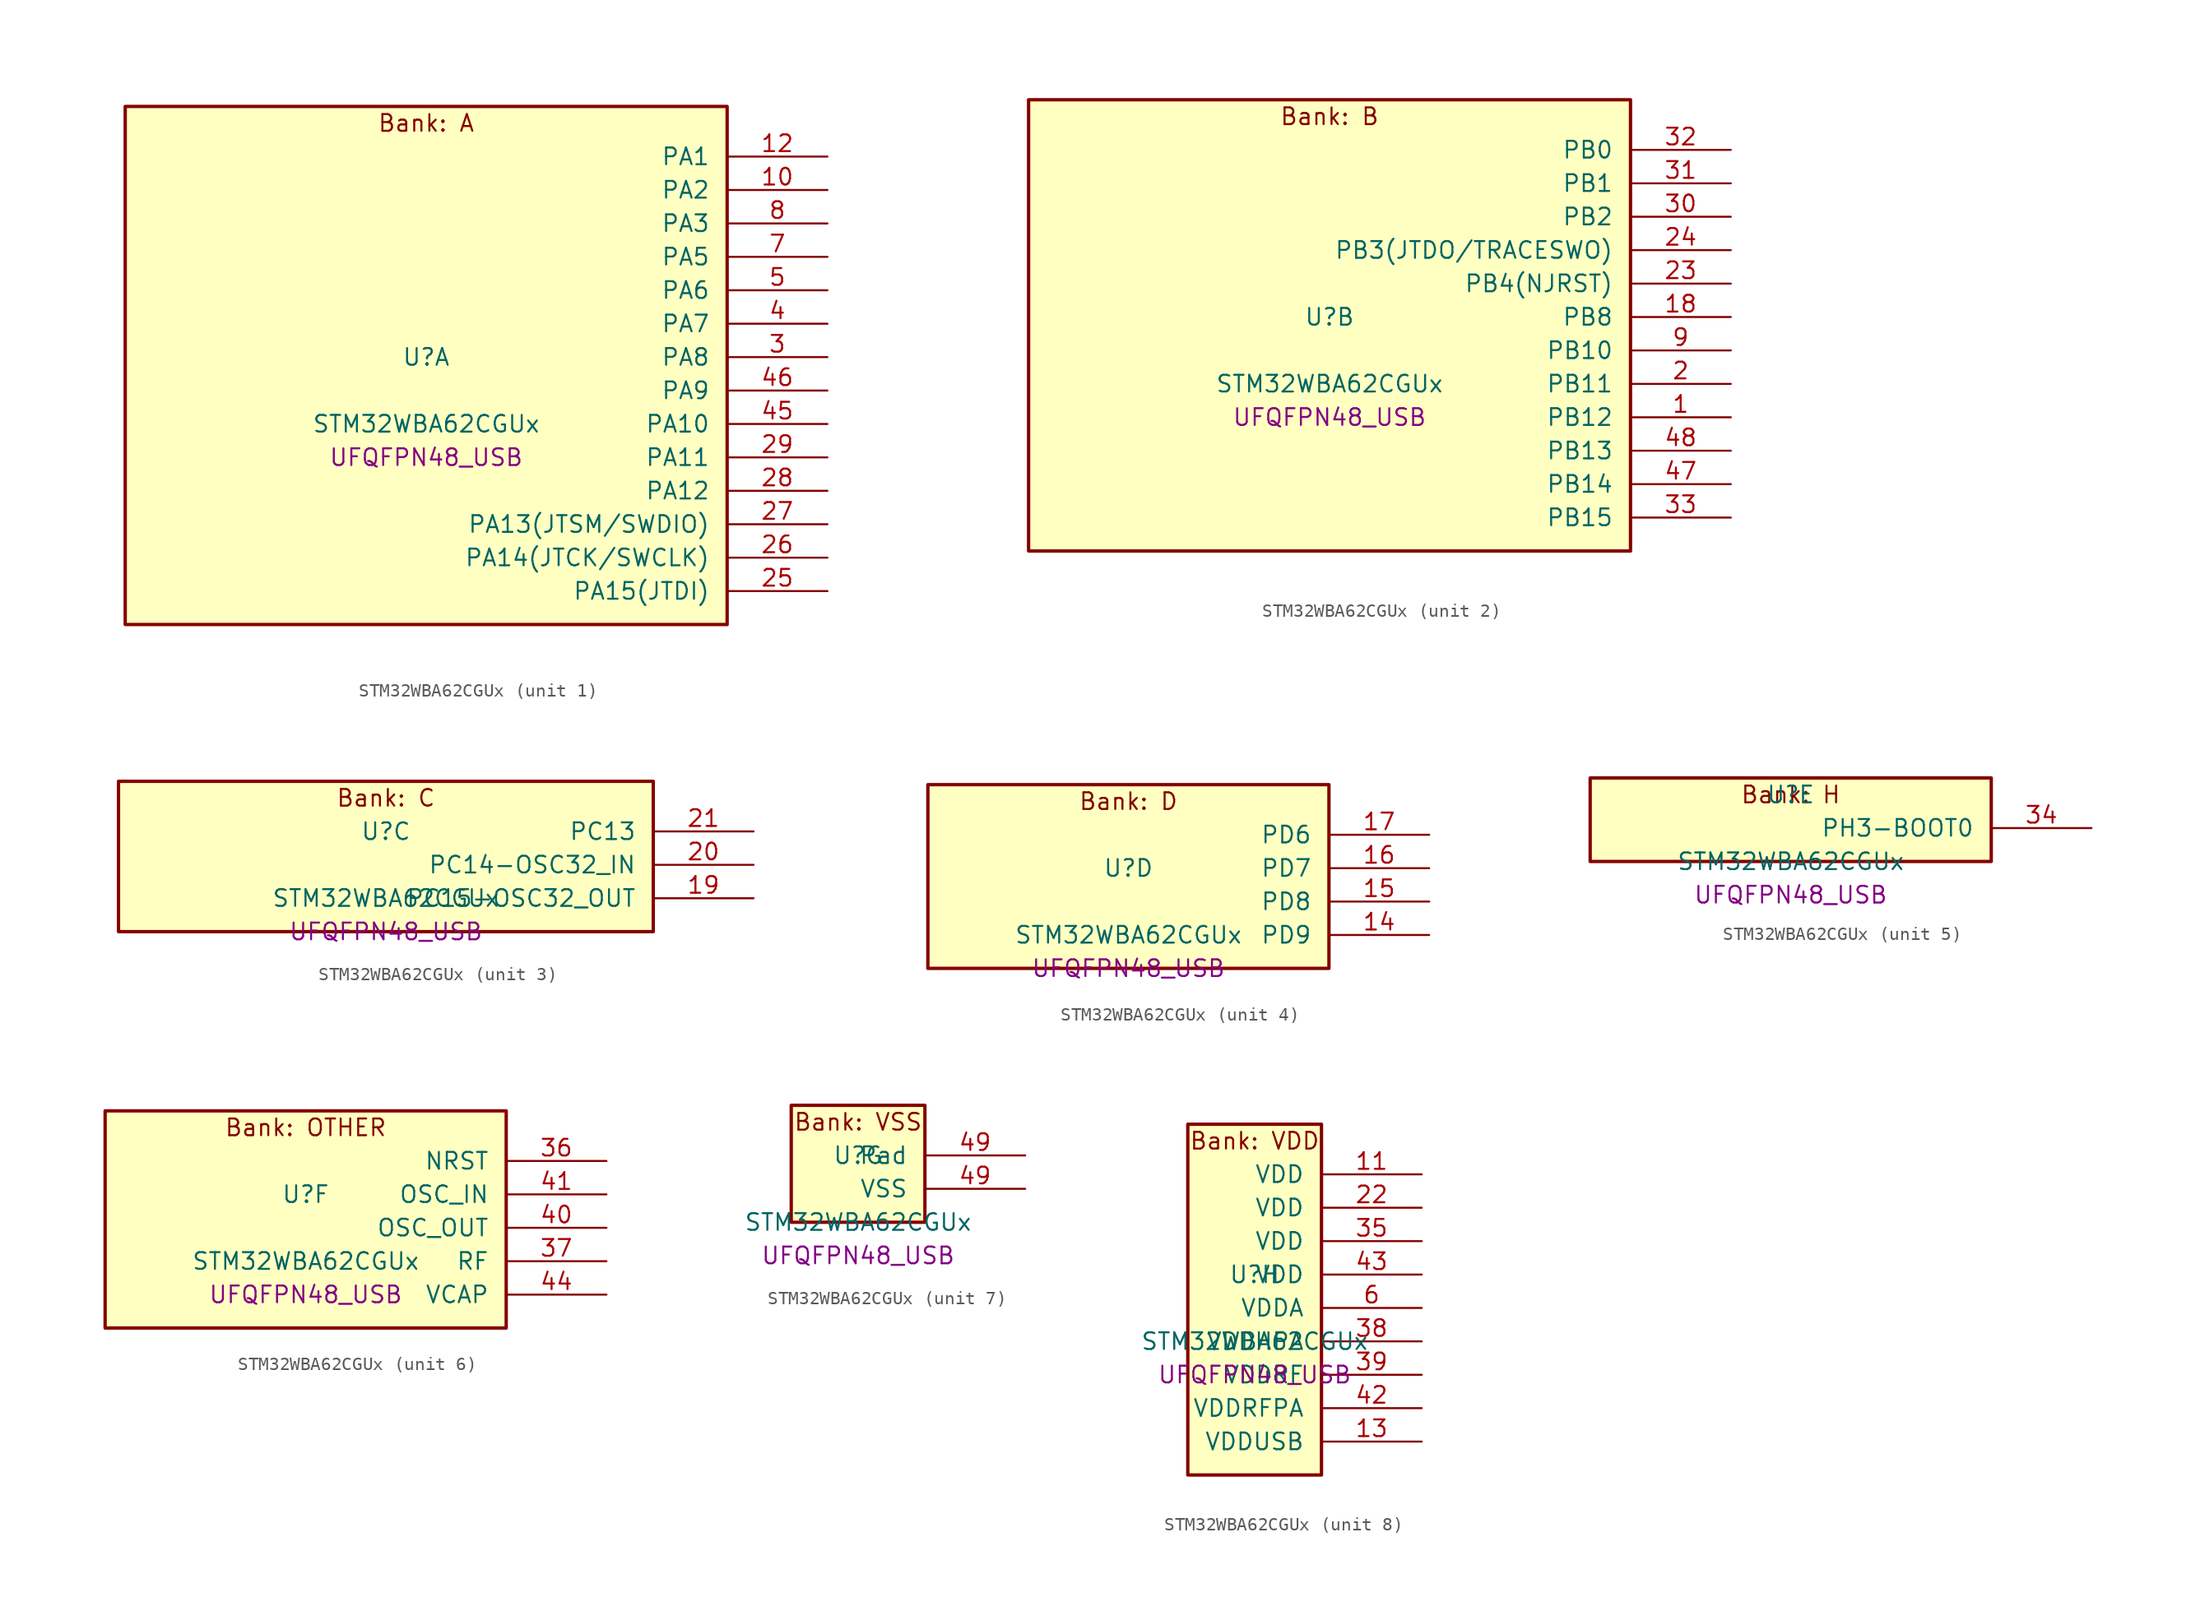
<source format=kicad_sym>
(kicad_symbol_lib
  (version 20241209)
  (generator "stm32_pkl_generator")
  (generator_version "1.0")
  (symbol "STM32WBA62CGUx"
    (pin_names
      (offset 1.27))
    (property "Reference" "U"
      (at 0 2.54 0))
    (property "Value" "STM32WBA62CGUx"
      (at 0 -2.54 0))
    (property "Footprint" "UFQFPN48_USB"
      (at 0 -5.08 0))
    (symbol "STM32WBA62CGUx_1_1"
      (rectangle (start -22.86 21.59) (end 22.86 -17.78) (stroke (width 0.254) (type solid)) (fill (type background)))
      (text "Bank: A" (at 0 20.32 0))
      (pin bidirectional line (at 30.48 17.78 180) (length 7.62) (name "PA1") (number "12") (alternate "PA1/ADC4_IN8" bidirectional line) (alternate "PA1/COMP1_INM" bidirectional line) (alternate "PA1/LPTIM2_CH2" bidirectional line) (alternate "PA1/LPUART1_RX" bidirectional line) (alternate "PA1/PWR_WKUP3" bidirectional line) (alternate "PA1/SAI1_CK1" bidirectional line) (alternate "PA1/SPI1_RDY" bidirectional line) (alternate "PA1/SPI3_MISO" bidirectional line) (alternate "PA1/TIM17_CH1" bidirectional line) (alternate "PA1/TIM1_CH1N" bidirectional line) (alternate "PA1/TIM3_CH2" bidirectional line) (alternate "PA1/TSC_G2_IO1" bidirectional line) (alternate "PA1/USART1_CK" bidirectional line))
      (pin bidirectional line (at 30.48 15.24 180) (length 7.62) (name "PA2") (number "10") (alternate "PA2/ADC4_IN7" bidirectional line) (alternate "PA2/COMP1_INP" bidirectional line) (alternate "PA2/LPUART1_TX" bidirectional line) (alternate "PA2/PWR_WKUP4" bidirectional line) (alternate "PA2/RCC_LSCO" bidirectional line) (alternate "PA2/SAI1_D1" bidirectional line) (alternate "PA2/TIM16_CH1" bidirectional line) (alternate "PA2/TIM1_BKIN" bidirectional line) (alternate "PA2/TIM3_CH1" bidirectional line) (alternate "PA2/TSC_G4_IO4" bidirectional line) (alternate "PA2/USART1_DE" bidirectional line) (alternate "PA2/USART1_RTS" bidirectional line))
      (pin bidirectional line (at 30.48 12.7 180) (length 7.62) (name "PA3") (number "8") (alternate "PA3/ADC4_IN6" bidirectional line) (alternate "PA3/PWR_WKUP5" bidirectional line) (alternate "PA3/TIM16_CH1N" bidirectional line) (alternate "PA3/TSC_G4_IO2" bidirectional line) (alternate "PA3/USART1_DE" bidirectional line) (alternate "PA3/USART1_RTS" bidirectional line))
      (pin bidirectional line (at 30.48 10.16 180) (length 7.62) (name "PA5") (number "7") (alternate "PA5/ADC4_IN4" bidirectional line) (alternate "PA5/AUDIOCLK" bidirectional line) (alternate "PA5/LPTIM2_ETR" bidirectional line) (alternate "PA5/PWR_CSLEEP" bidirectional line) (alternate "PA5/PWR_WKUP6" bidirectional line) (alternate "PA5/SAI1_D2" bidirectional line) (alternate "PA5/SPI3_NSS" bidirectional line) (alternate "PA5/TIM2_CH1" bidirectional line) (alternate "PA5/TIM2_ETR" bidirectional line) (alternate "PA5/TSC_G1_IO4" bidirectional line) (alternate "PA5/USART1_CK" bidirectional line) (alternate "PA5/USART3_RX" bidirectional line))
      (pin bidirectional line (at 30.48 7.62 180) (length 7.62) (name "PA6") (number "5") (alternate "PA6/ADC4_IN3" bidirectional line) (alternate "PA6/I2C3_SCL" bidirectional line) (alternate "PA6/PWR_CSTOP" bidirectional line) (alternate "PA6/PWR_WKUP7" bidirectional line) (alternate "PA6/SAI1_CK2" bidirectional line) (alternate "PA6/SAI1_MCLK_A" bidirectional line) (alternate "PA6/SPI3_RDY" bidirectional line) (alternate "PA6/TIM2_CH4" bidirectional line) (alternate "PA6/TSC_G1_IO3" bidirectional line) (alternate "PA6/USART1_DE" bidirectional line) (alternate "PA6/USART1_RTS" bidirectional line) (alternate "PA6/USART3_CTS" bidirectional line))
      (pin bidirectional line (at 30.48 5.08 180) (length 7.62) (name "PA7") (number "4") (alternate "PA7/ADC4_IN2" bidirectional line) (alternate "PA7/COMP1_OUT" bidirectional line) (alternate "PA7/I2C3_SDA" bidirectional line) (alternate "PA7/PWR_WKUP8" bidirectional line) (alternate "PA7/SAI1_SCK_A" bidirectional line) (alternate "PA7/SPI3_SCK" bidirectional line) (alternate "PA7/TAMP_IN1" bidirectional line) (alternate "PA7/TAMP_OUT2" bidirectional line) (alternate "PA7/TIM2_CH3" bidirectional line) (alternate "PA7/TSC_G1_IO2" bidirectional line) (alternate "PA7/USART1_CTS" bidirectional line) (alternate "PA7/USART3_TX" bidirectional line))
      (pin bidirectional line (at 30.48 2.54 180) (length 7.62) (name "PA8") (number "3") (alternate "PA8/ADC4_IN1" bidirectional line) (alternate "PA8/LPTIM1_CH2" bidirectional line) (alternate "PA8/RCC_MCO" bidirectional line) (alternate "PA8/SAI1_FS_A" bidirectional line) (alternate "PA8/SPI3_RDY" bidirectional line) (alternate "PA8/TIM2_CH2" bidirectional line) (alternate "PA8/TSC_G1_IO1" bidirectional line) (alternate "PA8/USART1_RX" bidirectional line) (alternate "PA8/USB_OTG_HS_SOF" bidirectional line))
      (pin bidirectional line (at 30.48 0 180) (length 7.62) (name "PA9") (number "46") (alternate "PA9/LPUART1_DE" bidirectional line) (alternate "PA9/LPUART1_RTS" bidirectional line) (alternate "PA9/SAI1_CK1" bidirectional line) (alternate "PA9/TIM3_CH2" bidirectional line))
      (pin bidirectional line (at 30.48 -2.54 180) (length 7.62) (name "PA10") (number "45") (alternate "PA10/LPUART1_RX" bidirectional line) (alternate "PA10/SAI1_D1" bidirectional line) (alternate "PA10/TIM3_CH1" bidirectional line))
      (pin bidirectional line (at 30.48 -5.08 180) (length 7.62) (name "PA11") (number "29") (alternate "PA11/LPTIM2_CH1" bidirectional line) (alternate "PA11/RF_ANTSW1" bidirectional line) (alternate "PA11/TIM1_CH1" bidirectional line) (alternate "PA11/USART2_RX" bidirectional line))
      (pin bidirectional line (at 30.48 -7.62 180) (length 7.62) (name "PA12") (number "28") (alternate "PA12/PTA_STATUS" bidirectional line) (alternate "PA12/PWR_WKUP6" bidirectional line) (alternate "PA12/RF_ANTSW0" bidirectional line) (alternate "PA12/SPI1_NSS" bidirectional line) (alternate "PA12/TIM1_CH2" bidirectional line) (alternate "PA12/TSC_G3_IO4" bidirectional line) (alternate "PA12/USART2_TX" bidirectional line))
      (pin bidirectional line (at 30.48 -10.16 180) (length 7.62) (name "PA13(JTSM/SWDIO)") (number "27") (alternate "PA13(JTSM/SWDIO)/DEBUG_JTMS-SWDIO" bidirectional line) (alternate "PA13(JTSM/SWDIO)/PTA_PRIORITY" bidirectional line))
      (pin bidirectional line (at 30.48 -12.7 180) (length 7.62) (name "PA14(JTCK/SWCLK)") (number "26") (alternate "PA14(JTCK/SWCLK)/DEBUG_JTCK-SWCLK" bidirectional line) (alternate "PA14(JTCK/SWCLK)/I2C4_SMBA" bidirectional line) (alternate "PA14(JTCK/SWCLK)/PTA_STATUS" bidirectional line) (alternate "PA14(JTCK/SWCLK)/TAMP_IN3" bidirectional line) (alternate "PA14(JTCK/SWCLK)/TAMP_OUT6" bidirectional line) (alternate "PA14(JTCK/SWCLK)/USART2_TX" bidirectional line) (alternate "PA14(JTCK/SWCLK)/USB_OTG_HS_SOF" bidirectional line))
      (pin bidirectional line (at 30.48 -15.24 180) (length 7.62) (name "PA15(JTDI)") (number "25") (alternate "PA15(JTDI)/ADC4_EXTI15" bidirectional line) (alternate "PA15(JTDI)/DEBUG_JTDI" bidirectional line) (alternate "PA15(JTDI)/I2C1_SCL" bidirectional line) (alternate "PA15(JTDI)/LPTIM1_CH2" bidirectional line) (alternate "PA15(JTDI)/PTA_STATUS" bidirectional line) (alternate "PA15(JTDI)/SPI1_MOSI" bidirectional line) (alternate "PA15(JTDI)/TIM17_BKIN" bidirectional line) (alternate "PA15(JTDI)/TIM1_ETR" bidirectional line) (alternate "PA15(JTDI)/TSC_G3_IO3" bidirectional line) (alternate "PA15(JTDI)/USART2_DE" bidirectional line) (alternate "PA15(JTDI)/USART2_RTS" bidirectional line) (alternate "PA15(JTDI)/USART3_DE" bidirectional line) (alternate "PA15(JTDI)/USART3_RTS" bidirectional line)))
    (symbol "STM32WBA62CGUx_2_1"
      (rectangle (start -22.86 19.05) (end 22.86 -15.24) (stroke (width 0.254) (type solid)) (fill (type background)))
      (text "Bank: B" (at 0 17.78 0))
      (pin bidirectional line (at 30.48 15.24 180) (length 7.62) (name "PB0") (number "32") (alternate "PB0/LPTIM2_IN2" bidirectional line) (alternate "PB0/TIM1_CH3N" bidirectional line) (alternate "PB0/USART2_TX" bidirectional line) (alternate "PB0/USART3_CK" bidirectional line))
      (pin bidirectional line (at 30.48 12.7 180) (length 7.62) (name "PB1") (number "31") (alternate "PB1/I2C1_SDA" bidirectional line) (alternate "PB1/I2C3_SDA" bidirectional line) (alternate "PB1/PWR_WKUP4" bidirectional line) (alternate "PB1/TIM1_CH2N" bidirectional line) (alternate "PB1/USART2_DE" bidirectional line) (alternate "PB1/USART2_RTS" bidirectional line) (alternate "PB1/USART3_DE" bidirectional line) (alternate "PB1/USART3_RTS" bidirectional line))
      (pin bidirectional line (at 30.48 10.16 180) (length 7.62) (name "PB2") (number "30") (alternate "PB2/I2C1_SCL" bidirectional line) (alternate "PB2/I2C3_SCL" bidirectional line) (alternate "PB2/PWR_WKUP1" bidirectional line) (alternate "PB2/RF_ANTSW2" bidirectional line) (alternate "PB2/RTC_OUT2" bidirectional line) (alternate "PB2/TIM1_CH1N" bidirectional line) (alternate "PB2/USART2_CTS" bidirectional line))
      (pin bidirectional line (at 30.48 7.62 180) (length 7.62) (name "PB3(JTDO/TRACESWO)") (number "24") (alternate "PB3(JTDO/TRACESWO)/DEBUG_JTDO-SWO" bidirectional line) (alternate "PB3(JTDO/TRACESWO)/I2C1_SDA" bidirectional line) (alternate "PB3(JTDO/TRACESWO)/LPTIM1_IN2" bidirectional line) (alternate "PB3(JTDO/TRACESWO)/PTA_ACTIVE" bidirectional line) (alternate "PB3(JTDO/TRACESWO)/SPI1_MISO" bidirectional line) (alternate "PB3(JTDO/TRACESWO)/TIM17_CH1N" bidirectional line) (alternate "PB3(JTDO/TRACESWO)/TIM1_CH4" bidirectional line) (alternate "PB3(JTDO/TRACESWO)/TSC_G3_IO2" bidirectional line) (alternate "PB3(JTDO/TRACESWO)/USART2_CK" bidirectional line))
      (pin bidirectional line (at 30.48 5.08 180) (length 7.62) (name "PB4(NJRST)") (number "23") (alternate "PB4(NJRST)/DEBUG_NJTRST" bidirectional line) (alternate "PB4(NJRST)/LPTIM2_IN2" bidirectional line) (alternate "PB4(NJRST)/PTA_ACTIVE" bidirectional line) (alternate "PB4(NJRST)/PTA_PRIORITY" bidirectional line) (alternate "PB4(NJRST)/SAI1_MCLK_B" bidirectional line) (alternate "PB4(NJRST)/SPI1_SCK" bidirectional line) (alternate "PB4(NJRST)/TIM17_CH1" bidirectional line) (alternate "PB4(NJRST)/TIM1_CH3" bidirectional line) (alternate "PB4(NJRST)/TSC_G3_IO1" bidirectional line) (alternate "PB4(NJRST)/USART2_RX" bidirectional line))
      (pin bidirectional line (at 30.48 2.54 180) (length 7.62) (name "PB8") (number "18") (alternate "PB8/COMP1_OUT" bidirectional line) (alternate "PB8/LPTIM1_ETR" bidirectional line) (alternate "PB8/PWR_PVD_IN" bidirectional line) (alternate "PB8/SPI3_MOSI" bidirectional line) (alternate "PB8/TIM16_CH1N" bidirectional line) (alternate "PB8/TIM1_CH1" bidirectional line) (alternate "PB8/TIM3_ETR" bidirectional line) (alternate "PB8/TIM4_CH3" bidirectional line) (alternate "PB8/TSC_G2_IO4" bidirectional line) (alternate "PB8/USART2_RX" bidirectional line))
      (pin bidirectional line (at 30.48 0 180) (length 7.62) (name "PB10") (number "9") (alternate "PB10/I2C2_SCL" bidirectional line) (alternate "PB10/I2C4_SCL" bidirectional line) (alternate "PB10/TIM16_BKIN" bidirectional line) (alternate "PB10/TSC_G4_IO3" bidirectional line) (alternate "PB10/USART1_CK" bidirectional line) (alternate "PB10/USART3_TX" bidirectional line))
      (pin bidirectional line (at 30.48 -2.54 180) (length 7.62) (name "PB11") (number "2") (alternate "PB11/I2C2_SDA" bidirectional line) (alternate "PB11/I2C4_SDA" bidirectional line) (alternate "PB11/LPTIM1_CH1" bidirectional line) (alternate "PB11/LPTIM1_ETR" bidirectional line) (alternate "PB11/LPUART1_TX" bidirectional line) (alternate "PB11/USART3_RX" bidirectional line))
      (pin bidirectional line (at 30.48 -5.08 180) (length 7.62) (name "PB12") (number "1") (alternate "PB12/I2C2_SMBA" bidirectional line) (alternate "PB12/SAI1_SD_A" bidirectional line) (alternate "PB12/SPI1_RDY" bidirectional line) (alternate "PB12/TIM2_CH1" bidirectional line) (alternate "PB12/TIM2_ETR" bidirectional line) (alternate "PB12/TIM3_ETR" bidirectional line) (alternate "PB12/TSC_SYNC" bidirectional line) (alternate "PB12/USART1_TX" bidirectional line) (alternate "PB12/USART3_CK" bidirectional line))
      (pin bidirectional line (at 30.48 -7.62 180) (length 7.62) (name "PB13") (number "48") (alternate "PB13/I2C2_SCL" bidirectional line) (alternate "PB13/TIM3_CH4" bidirectional line) (alternate "PB13/TSC_G6_IO2" bidirectional line) (alternate "PB13/USART3_CTS" bidirectional line))
      (pin bidirectional line (at 30.48 -10.16 180) (length 7.62) (name "PB14") (number "47") (alternate "PB14/I2C2_SDA" bidirectional line) (alternate "PB14/PWR_WKUP7" bidirectional line) (alternate "PB14/RTC_REFIN" bidirectional line) (alternate "PB14/SAI1_SD_A" bidirectional line) (alternate "PB14/TIM3_CH3" bidirectional line) (alternate "PB14/TSC_G6_IO1" bidirectional line) (alternate "PB14/USART1_TX" bidirectional line) (alternate "PB14/USART3_DE" bidirectional line) (alternate "PB14/USART3_RTS" bidirectional line))
      (pin bidirectional line (at 30.48 -12.7 180) (length 7.62) (name "PB15") (number "33") (alternate "PB15/ADC4_EXTI15" bidirectional line) (alternate "PB15/I2C1_SMBA" bidirectional line) (alternate "PB15/I2C3_SMBA" bidirectional line) (alternate "PB15/LPUART1_CTS" bidirectional line) (alternate "PB15/PTA_GRANT" bidirectional line) (alternate "PB15/RF_EXTPABYP" bidirectional line) (alternate "PB15/TIM16_BKIN" bidirectional line) (alternate "PB15/TIM1_BKIN2" bidirectional line) (alternate "PB15/USART2_CTS" bidirectional line)))
    (symbol "STM32WBA62CGUx_3_1"
      (rectangle (start -20.32 6.35) (end 20.32 -5.08) (stroke (width 0.254) (type solid)) (fill (type background)))
      (text "Bank: C" (at 0 5.08 0))
      (pin bidirectional line (at 27.94 2.54 180) (length 7.62) (name "PC13") (number "21") (alternate "PC13/PWR_WKUP2" bidirectional line) (alternate "PC13/RTC_OUT1" bidirectional line) (alternate "PC13/RTC_TS" bidirectional line) (alternate "PC13/TAMP_IN4" bidirectional line) (alternate "PC13/TAMP_OUT5" bidirectional line) (alternate "PC13/TIM1_BKIN2" bidirectional line) (alternate "PC13/TSC_G5_IO1" bidirectional line))
      (pin bidirectional line (at 27.94 0 180) (length 7.62) (name "PC14-OSC32_IN") (number "20") (alternate "PC14-OSC32_IN/RCC_OSC32_IN" bidirectional line))
      (pin bidirectional line (at 27.94 -2.54 180) (length 7.62) (name "PC15-OSC32_OUT") (number "19") (alternate "PC15-OSC32_OUT/ADC4_EXTI15" bidirectional line) (alternate "PC15-OSC32_OUT/RCC_OSC32_OUT" bidirectional line)))
    (symbol "STM32WBA62CGUx_4_1"
      (rectangle (start -15.24 8.89) (end 15.24 -5.08) (stroke (width 0.254) (type solid)) (fill (type background)))
      (text "Bank: D" (at 0 7.62 0))
      (pin bidirectional line (at 22.86 5.08 180) (length 7.62) (name "PD6") (number "17") (alternate "PD6/USB_OTG_HS_DP" bidirectional line))
      (pin bidirectional line (at 22.86 2.54 180) (length 7.62) (name "PD7") (number "16") (alternate "PD7/USB_OTG_HS_DM" bidirectional line))
      (pin bidirectional line (at 22.86 0 180) (length 7.62) (name "PD8") (number "15") (alternate "PD8/USART2_CK" bidirectional line) (alternate "PD8/USB_OTG_HS_ID" bidirectional line))
      (pin bidirectional line (at 22.86 -2.54 180) (length 7.62) (name "PD9") (number "14") (alternate "PD9/USART2_TX" bidirectional line) (alternate "PD9/USART3_TX" bidirectional line) (alternate "PD9/USB_OTG_HS_VBUS" bidirectional line)))
    (symbol "STM32WBA62CGUx_5_1"
      (rectangle (start -15.24 3.81) (end 15.24 -2.54) (stroke (width 0.254) (type solid)) (fill (type background)))
      (text "Bank: H" (at 0 2.54 0))
      (pin bidirectional line (at 22.86 0 180) (length 7.62) (name "PH3-BOOT0") (number "34") (alternate "PH3-BOOT0/PTA_GRANT" bidirectional line) (alternate "PH3-BOOT0/RF_EXTPABYP" bidirectional line) (alternate "PH3-BOOT0/TAMP_IN2" bidirectional line) (alternate "PH3-BOOT0/TAMP_OUT1" bidirectional line)))
    (symbol "STM32WBA62CGUx_6_1"
      (rectangle (start -15.24 8.89) (end 15.24 -7.62) (stroke (width 0.254) (type solid)) (fill (type background)))
      (text "Bank: OTHER" (at 0 7.62 0))
      (pin input line (at 22.86 5.08 180) (length 7.62) (name "NRST") (number "36"))
      (pin bidirectional line (at 22.86 2.54 180) (length 7.62) (name "OSC_IN") (number "41") (alternate "OSC_IN/RCC_OSC_IN" bidirectional line))
      (pin bidirectional line (at 22.86 0 180) (length 7.62) (name "OSC_OUT") (number "40") (alternate "OSC_OUT/RCC_OSC_OUT" bidirectional line))
      (pin bidirectional line (at 22.86 -2.54 180) (length 7.62) (name "RF") (number "37"))
      (pin power_in line (at 22.86 -5.08 180) (length 7.62) (name "VCAP") (number "44")))
    (symbol "STM32WBA62CGUx_7_1"
      (rectangle (start -5.08 6.35) (end 5.08 -2.54) (stroke (width 0.254) (type solid)) (fill (type background)))
      (text "Bank: VSS" (at 0 5.08 0))
      (pin passive line (at 12.7 2.54 180) (length 7.62) (name "Pad") (number "49"))
      (pin power_in line (at 12.7 0 180) (length 7.62) (name "VSS") (number "49")))
    (symbol "STM32WBA62CGUx_8_1"
      (rectangle (start -5.08 13.97) (end 5.08 -12.7) (stroke (width 0.254) (type solid)) (fill (type background)))
      (text "Bank: VDD" (at 0 12.7 0))
      (pin power_in line (at 12.7 10.16 180) (length 7.62) (name "VDD") (number "11"))
      (pin power_in line (at 12.7 7.62 180) (length 7.62) (name "VDD") (number "22"))
      (pin power_in line (at 12.7 5.08 180) (length 7.62) (name "VDD") (number "35"))
      (pin power_in line (at 12.7 2.54 180) (length 7.62) (name "VDD") (number "43"))
      (pin power_in line (at 12.7 0 180) (length 7.62) (name "VDDA") (number "6"))
      (pin power_in line (at 12.7 -2.54 180) (length 7.62) (name "VDDHPA") (number "38"))
      (pin power_in line (at 12.7 -5.08 180) (length 7.62) (name "VDDRF") (number "39"))
      (pin power_in line (at 12.7 -7.62 180) (length 7.62) (name "VDDRFPA") (number "42"))
      (pin power_in line (at 12.7 -10.16 180) (length 7.62) (name "VDDUSB") (number "13")))))
</source>
